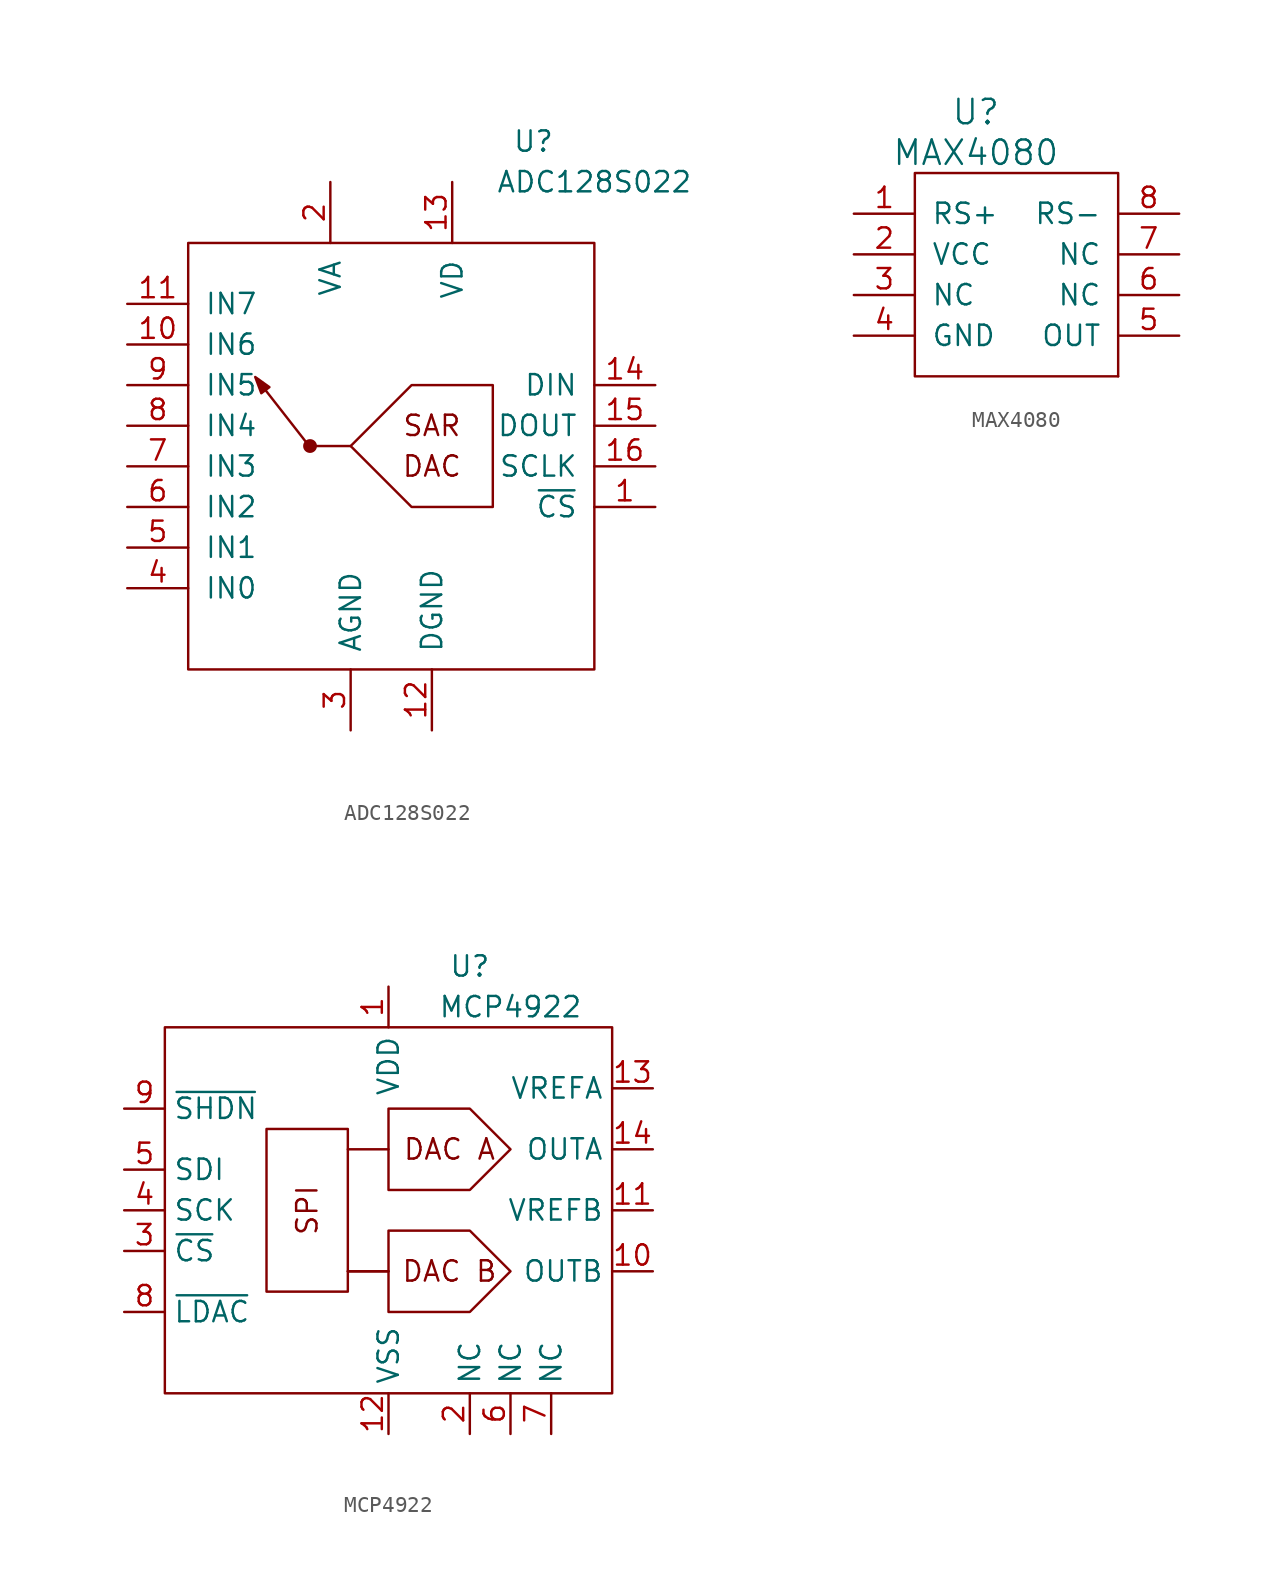
<source format=kicad_sym>
(kicad_symbol_lib
  (version 20211014)
  (generator kicad_symbol_editor)
  (symbol "ADC128S022"
    (pin_names
      (offset 1.016))
    (property "Reference" "U"
      (at 8.89 19.05 0)
      (effects (font (size 1.27 1.27))))
    (property "Value" "ADC128S022"
      (at 12.7 16.51 0)
      (effects (font (size 1.27 1.27))))
    (symbol "ADC128S022_0_0"
      (rectangle (start -12.7 12.7) (end 12.7 -13.97) (stroke (width 0) (type default) (color 0 0 0 0)) (fill (type none)))
      (polyline (pts (xy -2.54 0) (xy -5.08 0)) (stroke (width 0) (type default) (color 0 0 0 0)) (fill (type none)))
      (text "DAC" (at 2.54 -1.27 0) (effects (font (size 1.27 1.27))))
      (text "SAR" (at 2.54 1.27 0) (effects (font (size 1.27 1.27)))))
    (symbol "ADC128S022_0_1"
      (circle (center -5.08 0) (radius 0.356) (stroke (width 0) (type default) (color 0 0 0 0)) (fill (type outline)))
      (polyline (pts (xy -5.334 0.254) (xy -8.509 4.318) (xy -8.128 3.302) (xy -7.62 3.683) (xy -8.509 4.318)) (stroke (width 0) (type default) (color 0 0 0 0)) (fill (type outline)))
      (polyline (pts (xy -2.54 0) (xy 1.27 3.81) (xy 6.35 3.81) (xy 6.35 -3.81) (xy 1.27 -3.81) (xy -2.54 0)) (stroke (width 0) (type default) (color 0 0 0 0)) (fill (type none))))
    (symbol "ADC128S022_1_1"
      (pin input line (at 16.51 -3.81 180) (length 3.81) (name "~{CS}" (effects (font (size 1.27 1.27)))) (number "1" (effects (font (size 1.27 1.27)))))
      (pin input line (at -16.51 6.35 0) (length 3.81) (name "IN6" (effects (font (size 1.27 1.27)))) (number "10" (effects (font (size 1.27 1.27)))))
      (pin input line (at -16.51 8.89 0) (length 3.81) (name "IN7" (effects (font (size 1.27 1.27)))) (number "11" (effects (font (size 1.27 1.27)))))
      (pin input line (at 2.54 -17.78 90) (length 3.81) (name "DGND" (effects (font (size 1.27 1.27)))) (number "12" (effects (font (size 1.27 1.27)))))
      (pin input line (at 3.81 16.51 270) (length 3.81) (name "VD" (effects (font (size 1.27 1.27)))) (number "13" (effects (font (size 1.27 1.27)))))
      (pin input line (at 16.51 3.81 180) (length 3.81) (name "DIN" (effects (font (size 1.27 1.27)))) (number "14" (effects (font (size 1.27 1.27)))))
      (pin input line (at 16.51 1.27 180) (length 3.81) (name "DOUT" (effects (font (size 1.27 1.27)))) (number "15" (effects (font (size 1.27 1.27)))))
      (pin input line (at 16.51 -1.27 180) (length 3.81) (name "SCLK" (effects (font (size 1.27 1.27)))) (number "16" (effects (font (size 1.27 1.27)))))
      (pin input line (at -3.81 16.51 270) (length 3.81) (name "VA" (effects (font (size 1.27 1.27)))) (number "2" (effects (font (size 1.27 1.27)))))
      (pin input line (at -2.54 -17.78 90) (length 3.81) (name "AGND" (effects (font (size 1.27 1.27)))) (number "3" (effects (font (size 1.27 1.27)))))
      (pin input line (at -16.51 -8.89 0) (length 3.81) (name "IN0" (effects (font (size 1.27 1.27)))) (number "4" (effects (font (size 1.27 1.27)))))
      (pin input line (at -16.51 -6.35 0) (length 3.81) (name "IN1" (effects (font (size 1.27 1.27)))) (number "5" (effects (font (size 1.27 1.27)))))
      (pin input line (at -16.51 -3.81 0) (length 3.81) (name "IN2" (effects (font (size 1.27 1.27)))) (number "6" (effects (font (size 1.27 1.27)))))
      (pin input line (at -16.51 -1.27 0) (length 3.81) (name "IN3" (effects (font (size 1.27 1.27)))) (number "7" (effects (font (size 1.27 1.27)))))
      (pin input line (at -16.51 1.27 0) (length 3.81) (name "IN4" (effects (font (size 1.27 1.27)))) (number "8" (effects (font (size 1.27 1.27)))))
      (pin input line (at -16.51 3.81 0) (length 3.81) (name "IN5" (effects (font (size 1.27 1.27)))) (number "9" (effects (font (size 1.27 1.27)))))))
  (symbol "MAX4080"
    (pin_names
      (offset 1.016))
    (property "Reference" "U"
      (at -2.54 10.16 0)
      (effects (font (size 1.524 1.524))))
    (property "Value" "MAX4080"
      (at -2.54 7.62 0)
      (effects (font (size 1.524 1.524))))
    (property "Footprint" ""
      (at -2.54 0 0)
      (effects (font (size 1.524 1.524))))
    (property "Datasheet" ""
      (at -2.54 0 0)
      (effects (font (size 1.524 1.524))))
    (symbol "MAX4080_0_1"
      (rectangle (start -6.35 6.35) (end 6.35 -6.35) (stroke (width 0) (type default) (color 0 0 0 0)) (fill (type none)))
      (rectangle (start 6.35 -6.35) (end 6.35 -6.35) (stroke (width 0) (type default) (color 0 0 0 0)) (fill (type none))))
    (symbol "MAX4080_1_1"
      (pin input line (at -10.16 3.81 0) (length 3.81) (name "RS+" (effects (font (size 1.27 1.27)))) (number "1" (effects (font (size 1.27 1.27)))))
      (pin input line (at -10.16 1.27 0) (length 3.81) (name "VCC" (effects (font (size 1.27 1.27)))) (number "2" (effects (font (size 1.27 1.27)))))
      (pin input line (at -10.16 -1.27 0) (length 3.81) (name "NC" (effects (font (size 1.27 1.27)))) (number "3" (effects (font (size 1.27 1.27)))))
      (pin input line (at -10.16 -3.81 0) (length 3.81) (name "GND" (effects (font (size 1.27 1.27)))) (number "4" (effects (font (size 1.27 1.27)))))
      (pin input line (at 10.16 -3.81 180) (length 3.81) (name "OUT" (effects (font (size 1.27 1.27)))) (number "5" (effects (font (size 1.27 1.27)))))
      (pin input line (at 10.16 -1.27 180) (length 3.81) (name "NC" (effects (font (size 1.27 1.27)))) (number "6" (effects (font (size 1.27 1.27)))))
      (pin input line (at 10.16 1.27 180) (length 3.81) (name "NC" (effects (font (size 1.27 1.27)))) (number "7" (effects (font (size 1.27 1.27)))))
      (pin input line (at 10.16 3.81 180) (length 3.81) (name "RS-" (effects (font (size 1.27 1.27)))) (number "8" (effects (font (size 1.27 1.27)))))))
  (symbol "MCP4922"
    (property "Reference" "U"
      (at 5.08 15.24 0)
      (effects (font (size 1.27 1.27))))
    (property "Value" "MCP4922"
      (at 7.62 12.7 0)
      (effects (font (size 1.27 1.27))))
    (symbol "MCP4922_0_0"
      (rectangle (start -13.97 11.43) (end 13.97 -11.43) (stroke (width 0) (type default) (color 0 0 0 0)) (fill (type none)))
      (rectangle (start -2.54 5.08) (end -7.62 -5.08) (stroke (width 0) (type default) (color 0 0 0 0)) (fill (type none)))
      (polyline (pts (xy 0 -3.81) (xy -2.54 -3.81)) (stroke (width 0) (type default) (color 0 0 0 0)) (fill (type none)))
      (polyline (pts (xy 0 -3.81) (xy -2.54 -3.81)) (stroke (width 0) (type default) (color 0 0 0 0)) (fill (type none)))
      (polyline (pts (xy 0 3.81) (xy -2.54 3.81)) (stroke (width 0) (type default) (color 0 0 0 0)) (fill (type none)))
      (text "DAC A" (at 3.81 3.81 0) (effects (font (size 1.27 1.27))))
      (text "DAC B" (at 3.81 -3.81 0) (effects (font (size 1.27 1.27))))
      (text "SPI" (at -5.08 0 900) (effects (font (size 1.27 1.27)))))
    (symbol "MCP4922_0_1"
      (polyline (pts (xy 0 -6.35) (xy 5.08 -6.35) (xy 6.35 -5.08) (xy 7.62 -3.81) (xy 5.08 -1.27) (xy 0 -1.27) (xy 0 -6.35)) (stroke (width 0) (type default) (color 0 0 0 0)) (fill (type none)))
      (polyline (pts (xy 0 1.27) (xy 5.08 1.27) (xy 6.35 2.54) (xy 7.62 3.81) (xy 5.08 6.35) (xy 0 6.35) (xy 0 1.27)) (stroke (width 0) (type default) (color 0 0 0 0)) (fill (type none))))
    (symbol "MCP4922_1_1"
      (pin input line (at 0 13.97 270) (length 2.54) (name "VDD" (effects (font (size 1.27 1.27)))) (number "1" (effects (font (size 1.27 1.27)))))
      (pin input line (at 16.51 -3.81 180) (length 2.54) (name "OUTB" (effects (font (size 1.27 1.27)))) (number "10" (effects (font (size 1.27 1.27)))))
      (pin input line (at 16.51 0 180) (length 2.54) (name "VREFB" (effects (font (size 1.27 1.27)))) (number "11" (effects (font (size 1.27 1.27)))))
      (pin input line (at 0 -13.97 90) (length 2.54) (name "VSS" (effects (font (size 1.27 1.27)))) (number "12" (effects (font (size 1.27 1.27)))))
      (pin input line (at 16.51 7.62 180) (length 2.54) (name "VREFA" (effects (font (size 1.27 1.27)))) (number "13" (effects (font (size 1.27 1.27)))))
      (pin input line (at 16.51 3.81 180) (length 2.54) (name "OUTA" (effects (font (size 1.27 1.27)))) (number "14" (effects (font (size 1.27 1.27)))))
      (pin input line (at 5.08 -13.97 90) (length 2.54) (name "NC" (effects (font (size 1.27 1.27)))) (number "2" (effects (font (size 1.27 1.27)))))
      (pin input line (at -16.51 -2.54 0) (length 2.54) (name "~{CS}" (effects (font (size 1.27 1.27)))) (number "3" (effects (font (size 1.27 1.27)))))
      (pin input line (at -16.51 0 0) (length 2.54) (name "SCK" (effects (font (size 1.27 1.27)))) (number "4" (effects (font (size 1.27 1.27)))))
      (pin input line (at -16.51 2.54 0) (length 2.54) (name "SDI" (effects (font (size 1.27 1.27)))) (number "5" (effects (font (size 1.27 1.27)))))
      (pin input line (at 7.62 -13.97 90) (length 2.54) (name "NC" (effects (font (size 1.27 1.27)))) (number "6" (effects (font (size 1.27 1.27)))))
      (pin input line (at 10.16 -13.97 90) (length 2.54) (name "NC" (effects (font (size 1.27 1.27)))) (number "7" (effects (font (size 1.27 1.27)))))
      (pin input line (at -16.51 -6.35 0) (length 2.54) (name "~{LDAC}" (effects (font (size 1.27 1.27)))) (number "8" (effects (font (size 1.27 1.27)))))
      (pin input line (at -16.51 6.35 0) (length 2.54) (name "~{SHDN}" (effects (font (size 1.27 1.27)))) (number "9" (effects (font (size 1.27 1.27))))))))
</source>
